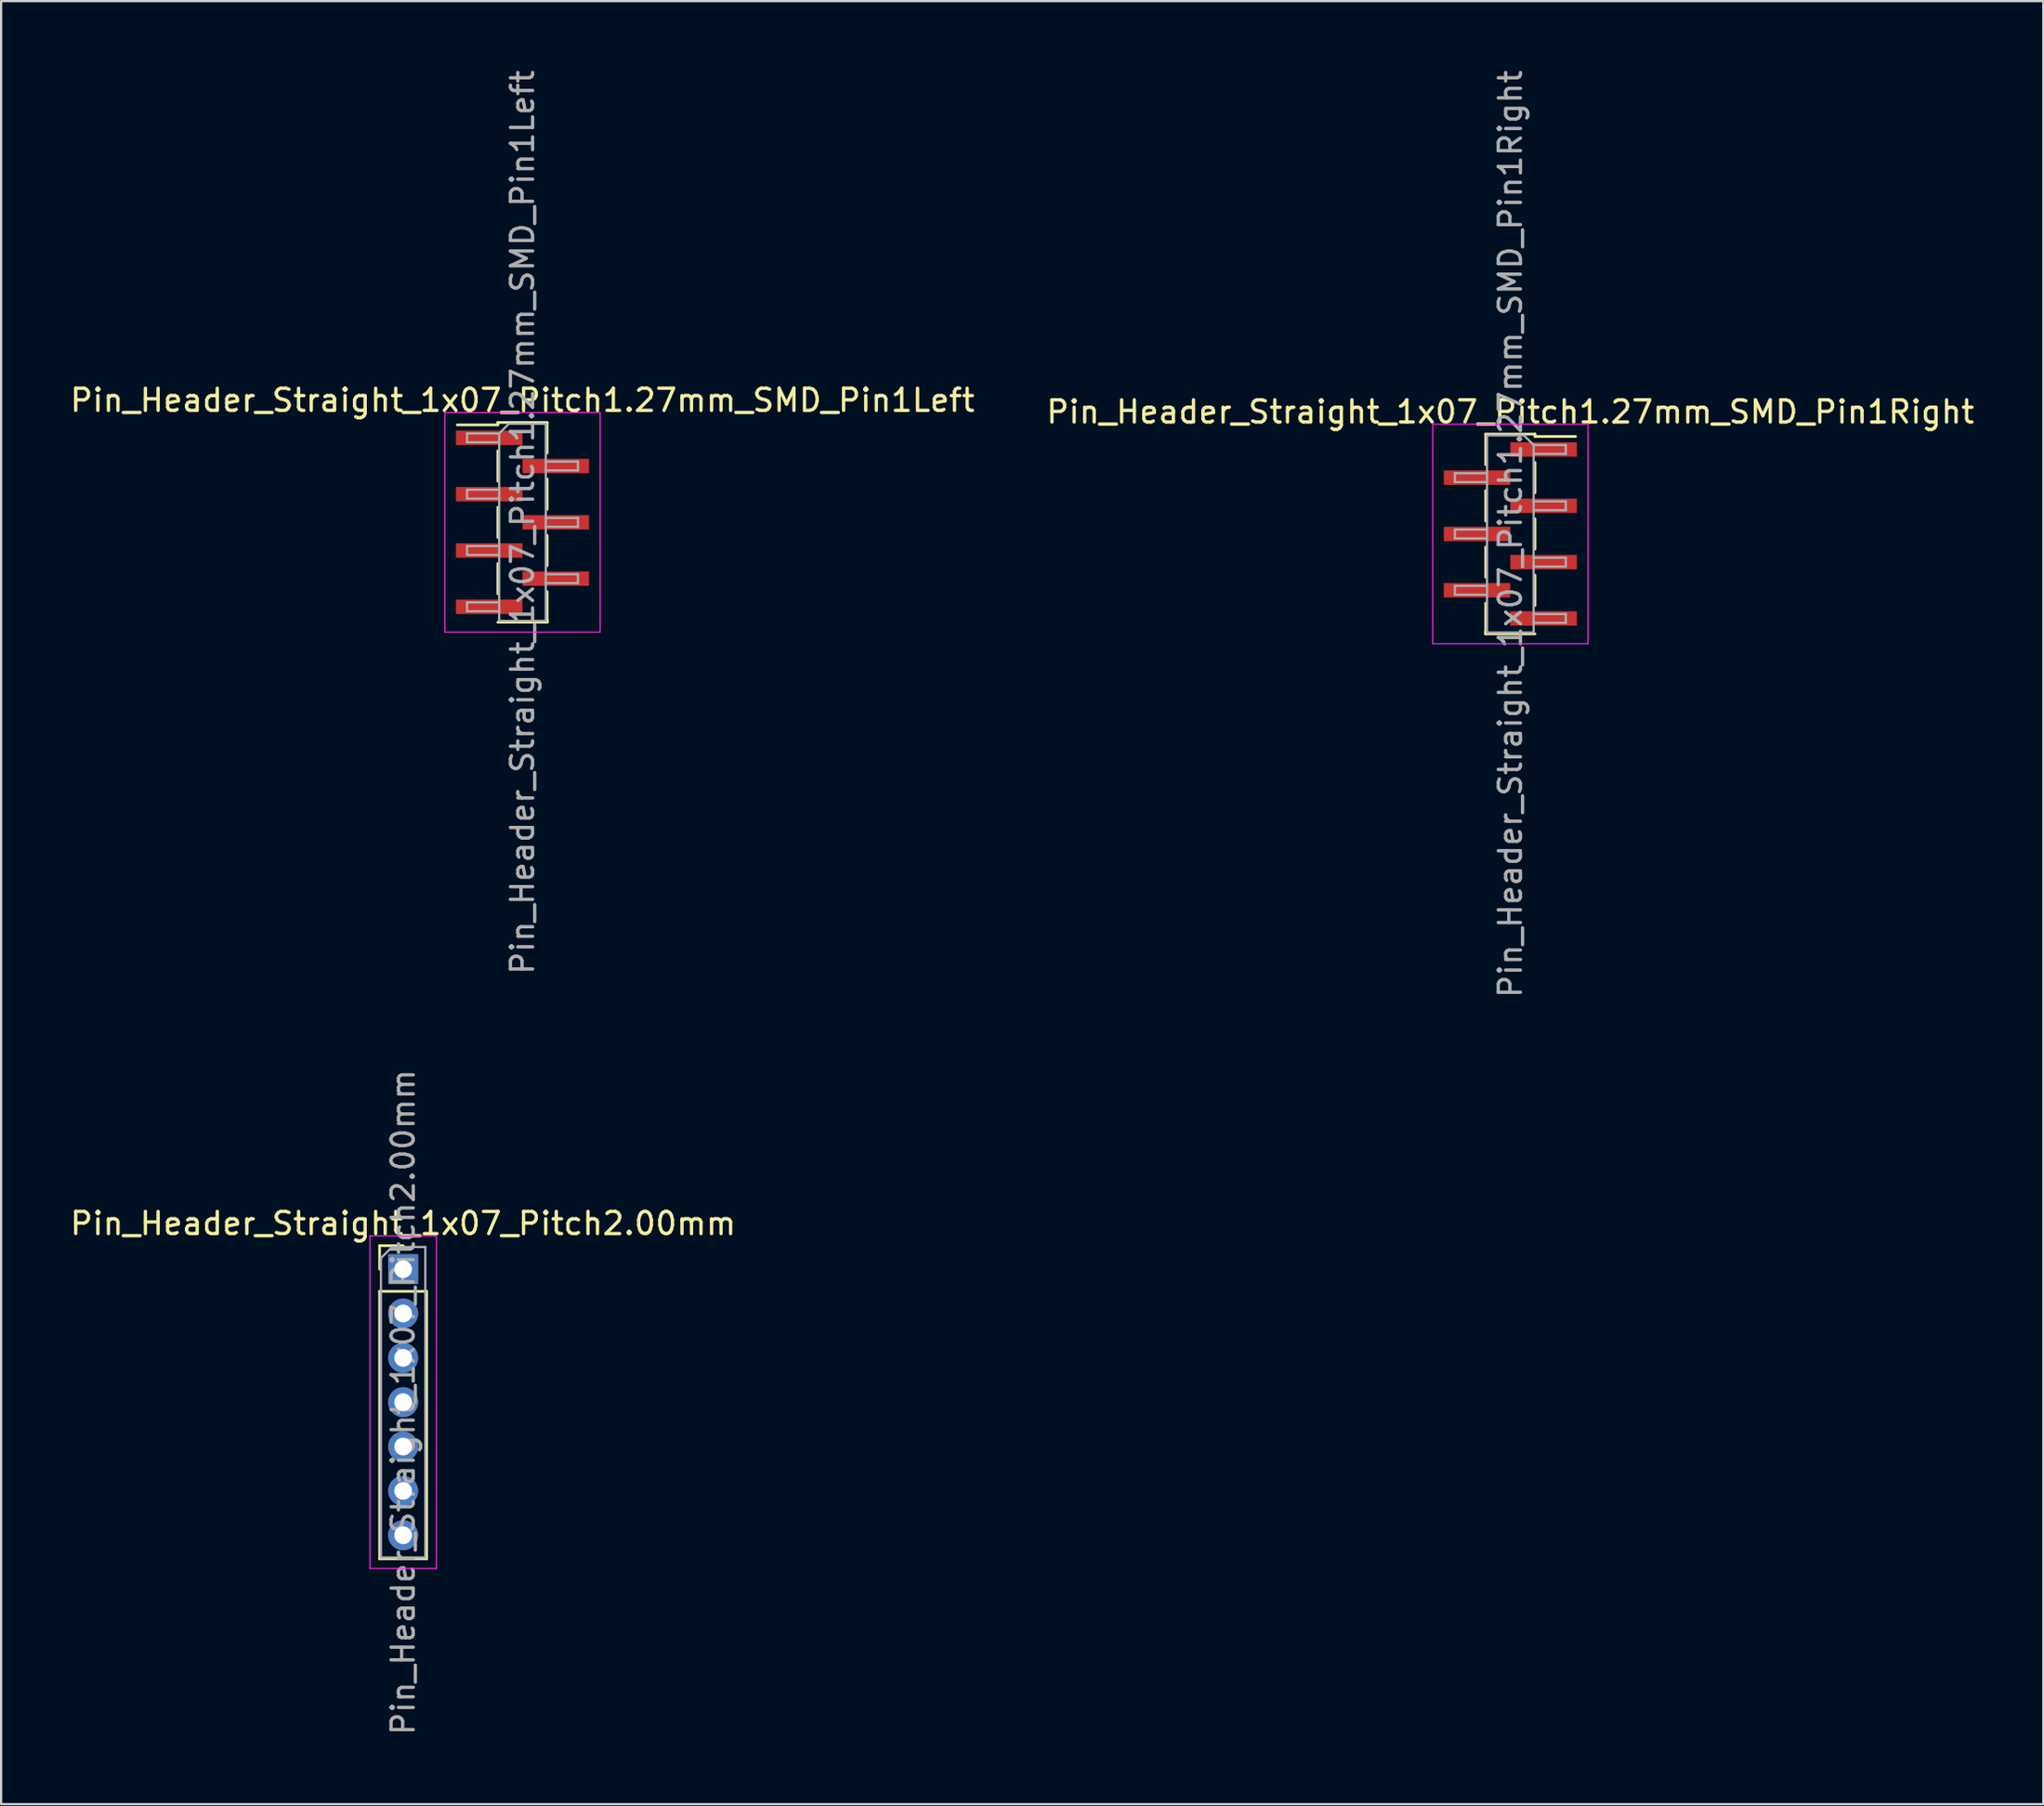
<source format=kicad_pcb>
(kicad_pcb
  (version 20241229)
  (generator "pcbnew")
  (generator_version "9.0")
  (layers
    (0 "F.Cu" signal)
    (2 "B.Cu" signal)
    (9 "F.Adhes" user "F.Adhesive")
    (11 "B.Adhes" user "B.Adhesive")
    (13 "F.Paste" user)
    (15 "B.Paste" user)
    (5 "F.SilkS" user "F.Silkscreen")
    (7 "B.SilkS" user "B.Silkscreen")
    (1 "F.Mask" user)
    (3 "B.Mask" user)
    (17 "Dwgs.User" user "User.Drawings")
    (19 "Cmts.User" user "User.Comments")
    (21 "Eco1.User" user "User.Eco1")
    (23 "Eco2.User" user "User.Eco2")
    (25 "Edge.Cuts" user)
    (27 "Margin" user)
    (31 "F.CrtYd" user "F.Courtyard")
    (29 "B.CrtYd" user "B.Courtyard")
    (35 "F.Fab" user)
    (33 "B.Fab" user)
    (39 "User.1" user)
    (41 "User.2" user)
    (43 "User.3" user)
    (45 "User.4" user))
  (footprint "Pin_Header_Straight_1x07_Pitch2.00mm"
    (layer "F.Cu")
    (at 15.125 54.185)
    (property "Reference" "Pin_Header_Straight_1x07_Pitch2.00mm" (at 0 -2.06 0) (layer "F.SilkS") (effects (font (size 1 1) (thickness 0.15))))
    (attr through_hole)
    (fp_line (start -1.06 -1.06) (end 0 -1.06) (stroke (width 0.12) (type solid)) (layer "F.SilkS"))
    (fp_line (start -1.06 0) (end -1.06 -1.06) (stroke (width 0.12) (type solid)) (layer "F.SilkS"))
    (fp_line (start -1.06 1) (end -1.06 13.06) (stroke (width 0.12) (type solid)) (layer "F.SilkS"))
    (fp_line (start -1.06 1) (end 1.06 1) (stroke (width 0.12) (type solid)) (layer "F.SilkS"))
    (fp_line (start -1.06 13.06) (end 1.06 13.06) (stroke (width 0.12) (type solid)) (layer "F.SilkS"))
    (fp_line (start 1.06 1) (end 1.06 13.06) (stroke (width 0.12) (type solid)) (layer "F.SilkS"))
    (fp_line (start -1.5 -1.5) (end -1.5 13.5) (stroke (width 0.05) (type solid)) (layer "F.CrtYd"))
    (fp_line (start -1.5 13.5) (end 1.5 13.5) (stroke (width 0.05) (type solid)) (layer "F.CrtYd"))
    (fp_line (start 1.5 -1.5) (end -1.5 -1.5) (stroke (width 0.05) (type solid)) (layer "F.CrtYd"))
    (fp_line (start 1.5 13.5) (end 1.5 -1.5) (stroke (width 0.05) (type solid)) (layer "F.CrtYd"))
    (fp_line (start -1 -0.5) (end -0.5 -1) (stroke (width 0.1) (type solid)) (layer "F.Fab"))
    (fp_line (start -1 13) (end -1 -0.5) (stroke (width 0.1) (type solid)) (layer "F.Fab"))
    (fp_line (start -0.5 -1) (end 1 -1) (stroke (width 0.1) (type solid)) (layer "F.Fab"))
    (fp_line (start 1 -1) (end 1 13) (stroke (width 0.1) (type solid)) (layer "F.Fab"))
    (fp_line (start 1 13) (end -1 13) (stroke (width 0.1) (type solid)) (layer "F.Fab"))
    (fp_text user "${REFERENCE}" (at 0 6 90) (layer "F.Fab") (effects (font (size 1 1) (thickness 0.15))))
    (pad "1" thru_hole rect (at 0 0) (size 1.35 1.35) (drill 0.8) (layers "*.Cu" "*.Mask"))
    (pad "2" thru_hole oval (at 0 2) (size 1.35 1.35) (drill 0.8) (layers "*.Cu" "*.Mask"))
    (pad "3" thru_hole oval (at 0 4) (size 1.35 1.35) (drill 0.8) (layers "*.Cu" "*.Mask"))
    (pad "4" thru_hole oval (at 0 6) (size 1.35 1.35) (drill 0.8) (layers "*.Cu" "*.Mask"))
    (pad "5" thru_hole oval (at 0 8) (size 1.35 1.35) (drill 0.8) (layers "*.Cu" "*.Mask"))
    (pad "6" thru_hole oval (at 0 10) (size 1.35 1.35) (drill 0.8) (layers "*.Cu" "*.Mask"))
    (pad "7" thru_hole oval (at 0 12) (size 1.35 1.35) (drill 0.8) (layers "*.Cu" "*.Mask")))
  (footprint "Pin_Header_Straight_1x07_Pitch1.27mm_SMD_Pin1Left"
    (layer "F.Cu")
    (at 20.506 20.506)
    (property "Reference" "Pin_Header_Straight_1x07_Pitch1.27mm_SMD_Pin1Left" (at 0 -5.505 0) (layer "F.SilkS") (effects (font (size 1 1) (thickness 0.15))))
    (attr smd)
    (fp_line (start -1.11 -4.505) (end -1.11 -4.395) (stroke (width 0.12) (type solid)) (layer "F.SilkS"))
    (fp_line (start -1.11 -4.505) (end 1.11 -4.505) (stroke (width 0.12) (type solid)) (layer "F.SilkS"))
    (fp_line (start -1.11 -4.395) (end -2.94 -4.395) (stroke (width 0.12) (type solid)) (layer "F.SilkS"))
    (fp_line (start -1.11 -3.225) (end -1.11 -1.855) (stroke (width 0.12) (type solid)) (layer "F.SilkS"))
    (fp_line (start -1.11 -0.685) (end -1.11 0.685) (stroke (width 0.12) (type solid)) (layer "F.SilkS"))
    (fp_line (start -1.11 1.855) (end -1.11 3.225) (stroke (width 0.12) (type solid)) (layer "F.SilkS"))
    (fp_line (start -1.11 4.505) (end 1.11 4.505) (stroke (width 0.12) (type solid)) (layer "F.SilkS"))
    (fp_line (start 1.11 -4.495) (end 1.11 -3.125) (stroke (width 0.12) (type solid)) (layer "F.SilkS"))
    (fp_line (start 1.11 -1.955) (end 1.11 -0.585) (stroke (width 0.12) (type solid)) (layer "F.SilkS"))
    (fp_line (start 1.11 0.585) (end 1.11 1.955) (stroke (width 0.12) (type solid)) (layer "F.SilkS"))
    (fp_line (start 1.11 3.125) (end 1.11 4.495) (stroke (width 0.12) (type solid)) (layer "F.SilkS"))
    (fp_line (start 1.11 4.395) (end 1.11 4.505) (stroke (width 0.12) (type solid)) (layer "F.SilkS"))
    (fp_line (start -3.5 -4.95) (end -3.5 4.95) (stroke (width 0.05) (type solid)) (layer "F.CrtYd"))
    (fp_line (start -3.5 4.95) (end 3.5 4.95) (stroke (width 0.05) (type solid)) (layer "F.CrtYd"))
    (fp_line (start 3.5 -4.95) (end -3.5 -4.95) (stroke (width 0.05) (type solid)) (layer "F.CrtYd"))
    (fp_line (start 3.5 4.95) (end 3.5 -4.95) (stroke (width 0.05) (type solid)) (layer "F.CrtYd"))
    (fp_line (start -2.5 -4.01) (end -2.5 -3.61) (stroke (width 0.1) (type solid)) (layer "F.Fab"))
    (fp_line (start -2.5 -3.61) (end -1.05 -3.61) (stroke (width 0.1) (type solid)) (layer "F.Fab"))
    (fp_line (start -2.5 -1.47) (end -2.5 -1.07) (stroke (width 0.1) (type solid)) (layer "F.Fab"))
    (fp_line (start -2.5 -1.07) (end -1.05 -1.07) (stroke (width 0.1) (type solid)) (layer "F.Fab"))
    (fp_line (start -2.5 1.07) (end -2.5 1.47) (stroke (width 0.1) (type solid)) (layer "F.Fab"))
    (fp_line (start -2.5 1.47) (end -1.05 1.47) (stroke (width 0.1) (type solid)) (layer "F.Fab"))
    (fp_line (start -2.5 3.61) (end -2.5 4.01) (stroke (width 0.1) (type solid)) (layer "F.Fab"))
    (fp_line (start -2.5 4.01) (end -1.05 4.01) (stroke (width 0.1) (type solid)) (layer "F.Fab"))
    (fp_line (start -1.05 -4.01) (end -2.5 -4.01) (stroke (width 0.1) (type solid)) (layer "F.Fab"))
    (fp_line (start -1.05 -4.01) (end -0.615 -4.445) (stroke (width 0.1) (type solid)) (layer "F.Fab"))
    (fp_line (start -1.05 -1.47) (end -2.5 -1.47) (stroke (width 0.1) (type solid)) (layer "F.Fab"))
    (fp_line (start -1.05 1.07) (end -2.5 1.07) (stroke (width 0.1) (type solid)) (layer "F.Fab"))
    (fp_line (start -1.05 3.61) (end -2.5 3.61) (stroke (width 0.1) (type solid)) (layer "F.Fab"))
    (fp_line (start -1.05 4.445) (end -1.05 -4.01) (stroke (width 0.1) (type solid)) (layer "F.Fab"))
    (fp_line (start -0.615 -4.445) (end 1.05 -4.445) (stroke (width 0.1) (type solid)) (layer "F.Fab"))
    (fp_line (start 1.05 -4.445) (end 1.05 4.445) (stroke (width 0.1) (type solid)) (layer "F.Fab"))
    (fp_line (start 1.05 -2.74) (end 2.5 -2.74) (stroke (width 0.1) (type solid)) (layer "F.Fab"))
    (fp_line (start 1.05 -0.2) (end 2.5 -0.2) (stroke (width 0.1) (type solid)) (layer "F.Fab"))
    (fp_line (start 1.05 2.34) (end 2.5 2.34) (stroke (width 0.1) (type solid)) (layer "F.Fab"))
    (fp_line (start 1.05 4.445) (end -1.05 4.445) (stroke (width 0.1) (type solid)) (layer "F.Fab"))
    (fp_line (start 2.5 -2.74) (end 2.5 -2.34) (stroke (width 0.1) (type solid)) (layer "F.Fab"))
    (fp_line (start 2.5 -2.34) (end 1.05 -2.34) (stroke (width 0.1) (type solid)) (layer "F.Fab"))
    (fp_line (start 2.5 -0.2) (end 2.5 0.2) (stroke (width 0.1) (type solid)) (layer "F.Fab"))
    (fp_line (start 2.5 0.2) (end 1.05 0.2) (stroke (width 0.1) (type solid)) (layer "F.Fab"))
    (fp_line (start 2.5 2.34) (end 2.5 2.74) (stroke (width 0.1) (type solid)) (layer "F.Fab"))
    (fp_line (start 2.5 2.74) (end 1.05 2.74) (stroke (width 0.1) (type solid)) (layer "F.Fab"))
    (fp_text user "${REFERENCE}" (at 0 0 90) (layer "F.Fab") (effects (font (size 1 1) (thickness 0.15))))
    (pad "1" smd rect (at -1.5 -3.81) (size 3 0.65) (layers "F.Cu" "F.Mask" "F.Paste"))
    (pad "2" smd rect (at 1.5 -2.54) (size 3 0.65) (layers "F.Cu" "F.Mask" "F.Paste"))
    (pad "3" smd rect (at -1.5 -1.27) (size 3 0.65) (layers "F.Cu" "F.Mask" "F.Paste"))
    (pad "4" smd rect (at 1.5 0) (size 3 0.65) (layers "F.Cu" "F.Mask" "F.Paste"))
    (pad "5" smd rect (at -1.5 1.27) (size 3 0.65) (layers "F.Cu" "F.Mask" "F.Paste"))
    (pad "6" smd rect (at 1.5 2.54) (size 3 0.65) (layers "F.Cu" "F.Mask" "F.Paste"))
    (pad "7" smd rect (at -1.5 3.81) (size 3 0.65) (layers "F.Cu" "F.Mask" "F.Paste")))
  (footprint "Pin_Header_Straight_1x07_Pitch1.27mm_SMD_Pin1Right"
    (layer "F.Cu")
    (at 65.042 21.03)
    (property "Reference" "Pin_Header_Straight_1x07_Pitch1.27mm_SMD_Pin1Right" (at 0 -5.505 0) (layer "F.SilkS") (effects (font (size 1 1) (thickness 0.15))))
    (attr smd)
    (fp_line (start -1.11 -4.505) (end 1.11 -4.505) (stroke (width 0.12) (type solid)) (layer "F.SilkS"))
    (fp_line (start -1.11 -4.495) (end -1.11 -3.125) (stroke (width 0.12) (type solid)) (layer "F.SilkS"))
    (fp_line (start -1.11 -1.955) (end -1.11 -0.585) (stroke (width 0.12) (type solid)) (layer "F.SilkS"))
    (fp_line (start -1.11 0.585) (end -1.11 1.955) (stroke (width 0.12) (type solid)) (layer "F.SilkS"))
    (fp_line (start -1.11 3.125) (end -1.11 4.495) (stroke (width 0.12) (type solid)) (layer "F.SilkS"))
    (fp_line (start -1.11 4.395) (end -1.11 4.505) (stroke (width 0.12) (type solid)) (layer "F.SilkS"))
    (fp_line (start -1.11 4.505) (end 1.11 4.505) (stroke (width 0.12) (type solid)) (layer "F.SilkS"))
    (fp_line (start 1.11 -4.505) (end 1.11 -4.395) (stroke (width 0.12) (type solid)) (layer "F.SilkS"))
    (fp_line (start 1.11 -4.395) (end 2.94 -4.395) (stroke (width 0.12) (type solid)) (layer "F.SilkS"))
    (fp_line (start 1.11 -3.225) (end 1.11 -1.855) (stroke (width 0.12) (type solid)) (layer "F.SilkS"))
    (fp_line (start 1.11 -0.685) (end 1.11 0.685) (stroke (width 0.12) (type solid)) (layer "F.SilkS"))
    (fp_line (start 1.11 1.855) (end 1.11 3.225) (stroke (width 0.12) (type solid)) (layer "F.SilkS"))
    (fp_line (start -3.5 -4.95) (end -3.5 4.95) (stroke (width 0.05) (type solid)) (layer "F.CrtYd"))
    (fp_line (start -3.5 4.95) (end 3.5 4.95) (stroke (width 0.05) (type solid)) (layer "F.CrtYd"))
    (fp_line (start 3.5 -4.95) (end -3.5 -4.95) (stroke (width 0.05) (type solid)) (layer "F.CrtYd"))
    (fp_line (start 3.5 4.95) (end 3.5 -4.95) (stroke (width 0.05) (type solid)) (layer "F.CrtYd"))
    (fp_line (start -2.5 -2.74) (end -2.5 -2.34) (stroke (width 0.1) (type solid)) (layer "F.Fab"))
    (fp_line (start -2.5 -2.34) (end -1.05 -2.34) (stroke (width 0.1) (type solid)) (layer "F.Fab"))
    (fp_line (start -2.5 -0.2) (end -2.5 0.2) (stroke (width 0.1) (type solid)) (layer "F.Fab"))
    (fp_line (start -2.5 0.2) (end -1.05 0.2) (stroke (width 0.1) (type solid)) (layer "F.Fab"))
    (fp_line (start -2.5 2.34) (end -2.5 2.74) (stroke (width 0.1) (type solid)) (layer "F.Fab"))
    (fp_line (start -2.5 2.74) (end -1.05 2.74) (stroke (width 0.1) (type solid)) (layer "F.Fab"))
    (fp_line (start -1.05 -4.445) (end -1.05 4.445) (stroke (width 0.1) (type solid)) (layer "F.Fab"))
    (fp_line (start -1.05 -4.445) (end 0.615 -4.445) (stroke (width 0.1) (type solid)) (layer "F.Fab"))
    (fp_line (start -1.05 -2.74) (end -2.5 -2.74) (stroke (width 0.1) (type solid)) (layer "F.Fab"))
    (fp_line (start -1.05 -0.2) (end -2.5 -0.2) (stroke (width 0.1) (type solid)) (layer "F.Fab"))
    (fp_line (start -1.05 2.34) (end -2.5 2.34) (stroke (width 0.1) (type solid)) (layer "F.Fab"))
    (fp_line (start 1.05 -4.01) (end 0.615 -4.445) (stroke (width 0.1) (type solid)) (layer "F.Fab"))
    (fp_line (start 1.05 -4.01) (end 2.5 -4.01) (stroke (width 0.1) (type solid)) (layer "F.Fab"))
    (fp_line (start 1.05 -1.47) (end 2.5 -1.47) (stroke (width 0.1) (type solid)) (layer "F.Fab"))
    (fp_line (start 1.05 1.07) (end 2.5 1.07) (stroke (width 0.1) (type solid)) (layer "F.Fab"))
    (fp_line (start 1.05 3.61) (end 2.5 3.61) (stroke (width 0.1) (type solid)) (layer "F.Fab"))
    (fp_line (start 1.05 4.445) (end -1.05 4.445) (stroke (width 0.1) (type solid)) (layer "F.Fab"))
    (fp_line (start 1.05 4.445) (end 1.05 -4.01) (stroke (width 0.1) (type solid)) (layer "F.Fab"))
    (fp_line (start 2.5 -4.01) (end 2.5 -3.61) (stroke (width 0.1) (type solid)) (layer "F.Fab"))
    (fp_line (start 2.5 -3.61) (end 1.05 -3.61) (stroke (width 0.1) (type solid)) (layer "F.Fab"))
    (fp_line (start 2.5 -1.47) (end 2.5 -1.07) (stroke (width 0.1) (type solid)) (layer "F.Fab"))
    (fp_line (start 2.5 -1.07) (end 1.05 -1.07) (stroke (width 0.1) (type solid)) (layer "F.Fab"))
    (fp_line (start 2.5 1.07) (end 2.5 1.47) (stroke (width 0.1) (type solid)) (layer "F.Fab"))
    (fp_line (start 2.5 1.47) (end 1.05 1.47) (stroke (width 0.1) (type solid)) (layer "F.Fab"))
    (fp_line (start 2.5 3.61) (end 2.5 4.01) (stroke (width 0.1) (type solid)) (layer "F.Fab"))
    (fp_line (start 2.5 4.01) (end 1.05 4.01) (stroke (width 0.1) (type solid)) (layer "F.Fab"))
    (fp_text user "${REFERENCE}" (at 0 0 90) (layer "F.Fab") (effects (font (size 1 1) (thickness 0.15))))
    (pad "1" smd rect (at 1.5 -3.81) (size 3 0.65) (layers "F.Cu" "F.Mask" "F.Paste"))
    (pad "2" smd rect (at -1.5 -2.54) (size 3 0.65) (layers "F.Cu" "F.Mask" "F.Paste"))
    (pad "3" smd rect (at 1.5 -1.27) (size 3 0.65) (layers "F.Cu" "F.Mask" "F.Paste"))
    (pad "4" smd rect (at -1.5 0) (size 3 0.65) (layers "F.Cu" "F.Mask" "F.Paste"))
    (pad "5" smd rect (at 1.5 1.27) (size 3 0.65) (layers "F.Cu" "F.Mask" "F.Paste"))
    (pad "6" smd rect (at -1.5 2.54) (size 3 0.65) (layers "F.Cu" "F.Mask" "F.Paste"))
    (pad "7" smd rect (at 1.5 3.81) (size 3 0.65) (layers "F.Cu" "F.Mask" "F.Paste")))
  (gr_rect
    (start -3 -3)
    (end 89.071 78.31)
    (stroke (width 0.1) (type default))
    (fill no)
    (layer "Edge.Cuts")))
</source>
